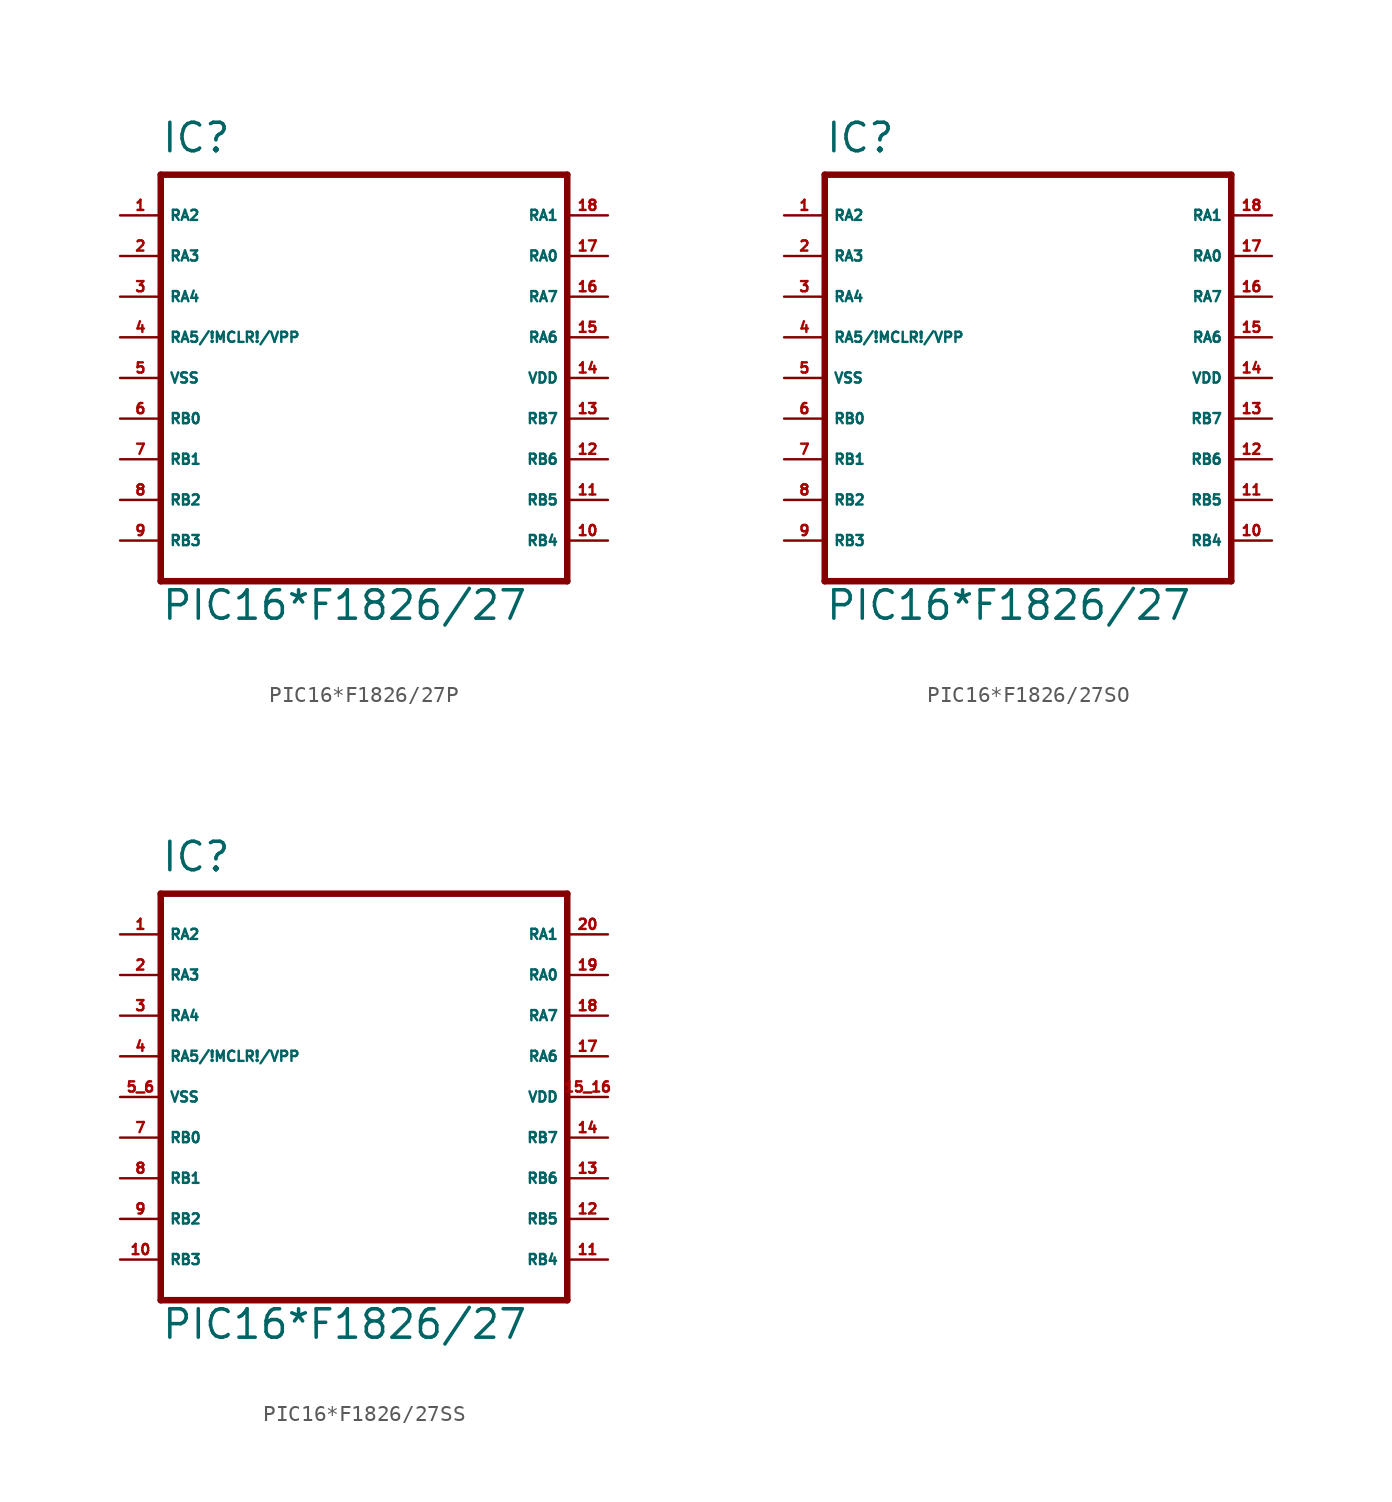
<source format=kicad_sym>
(kicad_symbol_lib
  (version 20220914)
  (generator Eagle2Kicad)
  (symbol "PIC16*F1826/27P"
    (property "Reference" "IC"
      (at -12.7 13.97 0)
      (effects (font (size 1.778 1.778) (thickness 0.22)) (justify left bottom)))
    (property "Value" "PIC16*F1826/27"
      (at -12.7 -15.24 0)
      (effects (font (size 1.778 1.778) (thickness 0.22)) (justify left bottom)))
    (polyline
      (pts (xy -12.7 12.7) (xy 12.7 12.7))
      (stroke (width 0.406) (type default))
      (fill (type none)))
    (polyline
      (pts (xy 12.7 12.7) (xy 12.7 -12.7))
      (stroke (width 0.406) (type default))
      (fill (type none)))
    (polyline
      (pts (xy 12.7 -12.7) (xy -12.7 -12.7))
      (stroke (width 0.406) (type default))
      (fill (type none)))
    (polyline
      (pts (xy -12.7 -12.7) (xy -12.7 12.7))
      (stroke (width 0.406) (type default))
      (fill (type none)))
    (pin bidirectional line
      (at 15.24 10.16 180)
      (length 2.54)
      (name "RA1" (effects (font (size 0.635 0.635) (thickness 0.08)) (justify left bottom)))
      (number "18" (effects (font (size 0.635 0.635) (thickness 0.08)) (justify left bottom))))
    (pin bidirectional line
      (at -15.24 10.16 0)
      (length 2.54)
      (name "RA2" (effects (font (size 0.635 0.635) (thickness 0.08)) (justify left bottom)))
      (number "1" (effects (font (size 0.635 0.635) (thickness 0.08)) (justify left bottom))))
    (pin bidirectional line
      (at -15.24 7.62 0)
      (length 2.54)
      (name "RA3" (effects (font (size 0.635 0.635) (thickness 0.08)) (justify left bottom)))
      (number "2" (effects (font (size 0.635 0.635) (thickness 0.08)) (justify left bottom))))
    (pin bidirectional line
      (at -15.24 5.08 0)
      (length 2.54)
      (name "RA4" (effects (font (size 0.635 0.635) (thickness 0.08)) (justify left bottom)))
      (number "3" (effects (font (size 0.635 0.635) (thickness 0.08)) (justify left bottom))))
    (pin bidirectional line
      (at -15.24 -2.54 0)
      (length 2.54)
      (name "RB0" (effects (font (size 0.635 0.635) (thickness 0.08)) (justify left bottom)))
      (number "6" (effects (font (size 0.635 0.635) (thickness 0.08)) (justify left bottom))))
    (pin bidirectional line
      (at -15.24 -5.08 0)
      (length 2.54)
      (name "RB1" (effects (font (size 0.635 0.635) (thickness 0.08)) (justify left bottom)))
      (number "7" (effects (font (size 0.635 0.635) (thickness 0.08)) (justify left bottom))))
    (pin bidirectional line
      (at -15.24 -7.62 0)
      (length 2.54)
      (name "RB2" (effects (font (size 0.635 0.635) (thickness 0.08)) (justify left bottom)))
      (number "8" (effects (font (size 0.635 0.635) (thickness 0.08)) (justify left bottom))))
    (pin bidirectional line
      (at -15.24 -10.16 0)
      (length 2.54)
      (name "RB3" (effects (font (size 0.635 0.635) (thickness 0.08)) (justify left bottom)))
      (number "9" (effects (font (size 0.635 0.635) (thickness 0.08)) (justify left bottom))))
    (pin bidirectional line
      (at 15.24 -10.16 180)
      (length 2.54)
      (name "RB4" (effects (font (size 0.635 0.635) (thickness 0.08)) (justify left bottom)))
      (number "10" (effects (font (size 0.635 0.635) (thickness 0.08)) (justify left bottom))))
    (pin bidirectional line
      (at 15.24 -7.62 180)
      (length 2.54)
      (name "RB5" (effects (font (size 0.635 0.635) (thickness 0.08)) (justify left bottom)))
      (number "11" (effects (font (size 0.635 0.635) (thickness 0.08)) (justify left bottom))))
    (pin bidirectional line
      (at 15.24 -5.08 180)
      (length 2.54)
      (name "RB6" (effects (font (size 0.635 0.635) (thickness 0.08)) (justify left bottom)))
      (number "12" (effects (font (size 0.635 0.635) (thickness 0.08)) (justify left bottom))))
    (pin bidirectional line
      (at 15.24 -2.54 180)
      (length 2.54)
      (name "RB7" (effects (font (size 0.635 0.635) (thickness 0.08)) (justify left bottom)))
      (number "13" (effects (font (size 0.635 0.635) (thickness 0.08)) (justify left bottom))))
    (pin bidirectional line
      (at 15.24 2.54 180)
      (length 2.54)
      (name "RA6" (effects (font (size 0.635 0.635) (thickness 0.08)) (justify left bottom)))
      (number "15" (effects (font (size 0.635 0.635) (thickness 0.08)) (justify left bottom))))
    (pin bidirectional line
      (at 15.24 5.08 180)
      (length 2.54)
      (name "RA7" (effects (font (size 0.635 0.635) (thickness 0.08)) (justify left bottom)))
      (number "16" (effects (font (size 0.635 0.635) (thickness 0.08)) (justify left bottom))))
    (pin bidirectional line
      (at 15.24 7.62 180)
      (length 2.54)
      (name "RA0" (effects (font (size 0.635 0.635) (thickness 0.08)) (justify left bottom)))
      (number "17" (effects (font (size 0.635 0.635) (thickness 0.08)) (justify left bottom))))
    (pin unspecified line
      (at 15.24 0 180)
      (length 2.54)
      (name "VDD" (effects (font (size 0.635 0.635) (thickness 0.08)) (justify left bottom)))
      (number "14" (effects (font (size 0.635 0.635) (thickness 0.08)) (justify left bottom))))
    (pin unspecified line
      (at -15.24 0 0)
      (length 2.54)
      (name "VSS" (effects (font (size 0.635 0.635) (thickness 0.08)) (justify left bottom)))
      (number "5" (effects (font (size 0.635 0.635) (thickness 0.08)) (justify left bottom))))
    (pin bidirectional line
      (at -15.24 2.54 0)
      (length 2.54)
      (name "RA5/!MCLR!/VPP" (effects (font (size 0.635 0.635) (thickness 0.08)) (justify left bottom)))
      (number "4" (effects (font (size 0.635 0.635) (thickness 0.08)) (justify left bottom)))))
  (symbol "PIC16*F1826/27SO"
    (property "Reference" "IC"
      (at -12.7 13.97 0)
      (effects (font (size 1.778 1.778) (thickness 0.22)) (justify left bottom)))
    (property "Value" "PIC16*F1826/27"
      (at -12.7 -15.24 0)
      (effects (font (size 1.778 1.778) (thickness 0.22)) (justify left bottom)))
    (polyline
      (pts (xy -12.7 12.7) (xy 12.7 12.7))
      (stroke (width 0.406) (type default))
      (fill (type none)))
    (polyline
      (pts (xy 12.7 12.7) (xy 12.7 -12.7))
      (stroke (width 0.406) (type default))
      (fill (type none)))
    (polyline
      (pts (xy 12.7 -12.7) (xy -12.7 -12.7))
      (stroke (width 0.406) (type default))
      (fill (type none)))
    (polyline
      (pts (xy -12.7 -12.7) (xy -12.7 12.7))
      (stroke (width 0.406) (type default))
      (fill (type none)))
    (pin bidirectional line
      (at 15.24 10.16 180)
      (length 2.54)
      (name "RA1" (effects (font (size 0.635 0.635) (thickness 0.08)) (justify left bottom)))
      (number "18" (effects (font (size 0.635 0.635) (thickness 0.08)) (justify left bottom))))
    (pin bidirectional line
      (at -15.24 10.16 0)
      (length 2.54)
      (name "RA2" (effects (font (size 0.635 0.635) (thickness 0.08)) (justify left bottom)))
      (number "1" (effects (font (size 0.635 0.635) (thickness 0.08)) (justify left bottom))))
    (pin bidirectional line
      (at -15.24 7.62 0)
      (length 2.54)
      (name "RA3" (effects (font (size 0.635 0.635) (thickness 0.08)) (justify left bottom)))
      (number "2" (effects (font (size 0.635 0.635) (thickness 0.08)) (justify left bottom))))
    (pin bidirectional line
      (at -15.24 5.08 0)
      (length 2.54)
      (name "RA4" (effects (font (size 0.635 0.635) (thickness 0.08)) (justify left bottom)))
      (number "3" (effects (font (size 0.635 0.635) (thickness 0.08)) (justify left bottom))))
    (pin bidirectional line
      (at -15.24 -2.54 0)
      (length 2.54)
      (name "RB0" (effects (font (size 0.635 0.635) (thickness 0.08)) (justify left bottom)))
      (number "6" (effects (font (size 0.635 0.635) (thickness 0.08)) (justify left bottom))))
    (pin bidirectional line
      (at -15.24 -5.08 0)
      (length 2.54)
      (name "RB1" (effects (font (size 0.635 0.635) (thickness 0.08)) (justify left bottom)))
      (number "7" (effects (font (size 0.635 0.635) (thickness 0.08)) (justify left bottom))))
    (pin bidirectional line
      (at -15.24 -7.62 0)
      (length 2.54)
      (name "RB2" (effects (font (size 0.635 0.635) (thickness 0.08)) (justify left bottom)))
      (number "8" (effects (font (size 0.635 0.635) (thickness 0.08)) (justify left bottom))))
    (pin bidirectional line
      (at -15.24 -10.16 0)
      (length 2.54)
      (name "RB3" (effects (font (size 0.635 0.635) (thickness 0.08)) (justify left bottom)))
      (number "9" (effects (font (size 0.635 0.635) (thickness 0.08)) (justify left bottom))))
    (pin bidirectional line
      (at 15.24 -10.16 180)
      (length 2.54)
      (name "RB4" (effects (font (size 0.635 0.635) (thickness 0.08)) (justify left bottom)))
      (number "10" (effects (font (size 0.635 0.635) (thickness 0.08)) (justify left bottom))))
    (pin bidirectional line
      (at 15.24 -7.62 180)
      (length 2.54)
      (name "RB5" (effects (font (size 0.635 0.635) (thickness 0.08)) (justify left bottom)))
      (number "11" (effects (font (size 0.635 0.635) (thickness 0.08)) (justify left bottom))))
    (pin bidirectional line
      (at 15.24 -5.08 180)
      (length 2.54)
      (name "RB6" (effects (font (size 0.635 0.635) (thickness 0.08)) (justify left bottom)))
      (number "12" (effects (font (size 0.635 0.635) (thickness 0.08)) (justify left bottom))))
    (pin bidirectional line
      (at 15.24 -2.54 180)
      (length 2.54)
      (name "RB7" (effects (font (size 0.635 0.635) (thickness 0.08)) (justify left bottom)))
      (number "13" (effects (font (size 0.635 0.635) (thickness 0.08)) (justify left bottom))))
    (pin bidirectional line
      (at 15.24 2.54 180)
      (length 2.54)
      (name "RA6" (effects (font (size 0.635 0.635) (thickness 0.08)) (justify left bottom)))
      (number "15" (effects (font (size 0.635 0.635) (thickness 0.08)) (justify left bottom))))
    (pin bidirectional line
      (at 15.24 5.08 180)
      (length 2.54)
      (name "RA7" (effects (font (size 0.635 0.635) (thickness 0.08)) (justify left bottom)))
      (number "16" (effects (font (size 0.635 0.635) (thickness 0.08)) (justify left bottom))))
    (pin bidirectional line
      (at 15.24 7.62 180)
      (length 2.54)
      (name "RA0" (effects (font (size 0.635 0.635) (thickness 0.08)) (justify left bottom)))
      (number "17" (effects (font (size 0.635 0.635) (thickness 0.08)) (justify left bottom))))
    (pin unspecified line
      (at 15.24 0 180)
      (length 2.54)
      (name "VDD" (effects (font (size 0.635 0.635) (thickness 0.08)) (justify left bottom)))
      (number "14" (effects (font (size 0.635 0.635) (thickness 0.08)) (justify left bottom))))
    (pin unspecified line
      (at -15.24 0 0)
      (length 2.54)
      (name "VSS" (effects (font (size 0.635 0.635) (thickness 0.08)) (justify left bottom)))
      (number "5" (effects (font (size 0.635 0.635) (thickness 0.08)) (justify left bottom))))
    (pin bidirectional line
      (at -15.24 2.54 0)
      (length 2.54)
      (name "RA5/!MCLR!/VPP" (effects (font (size 0.635 0.635) (thickness 0.08)) (justify left bottom)))
      (number "4" (effects (font (size 0.635 0.635) (thickness 0.08)) (justify left bottom)))))
  (symbol "PIC16*F1826/27SS"
    (property "Reference" "IC"
      (at -12.7 13.97 0)
      (effects (font (size 1.778 1.778) (thickness 0.22)) (justify left bottom)))
    (property "Value" "PIC16*F1826/27"
      (at -12.7 -15.24 0)
      (effects (font (size 1.778 1.778) (thickness 0.22)) (justify left bottom)))
    (polyline
      (pts (xy -12.7 12.7) (xy 12.7 12.7))
      (stroke (width 0.406) (type default))
      (fill (type none)))
    (polyline
      (pts (xy 12.7 12.7) (xy 12.7 -12.7))
      (stroke (width 0.406) (type default))
      (fill (type none)))
    (polyline
      (pts (xy 12.7 -12.7) (xy -12.7 -12.7))
      (stroke (width 0.406) (type default))
      (fill (type none)))
    (polyline
      (pts (xy -12.7 -12.7) (xy -12.7 12.7))
      (stroke (width 0.406) (type default))
      (fill (type none)))
    (pin bidirectional line
      (at 15.24 10.16 180)
      (length 2.54)
      (name "RA1" (effects (font (size 0.635 0.635) (thickness 0.08)) (justify left bottom)))
      (number "20" (effects (font (size 0.635 0.635) (thickness 0.08)) (justify left bottom))))
    (pin bidirectional line
      (at -15.24 10.16 0)
      (length 2.54)
      (name "RA2" (effects (font (size 0.635 0.635) (thickness 0.08)) (justify left bottom)))
      (number "1" (effects (font (size 0.635 0.635) (thickness 0.08)) (justify left bottom))))
    (pin bidirectional line
      (at -15.24 7.62 0)
      (length 2.54)
      (name "RA3" (effects (font (size 0.635 0.635) (thickness 0.08)) (justify left bottom)))
      (number "2" (effects (font (size 0.635 0.635) (thickness 0.08)) (justify left bottom))))
    (pin bidirectional line
      (at -15.24 5.08 0)
      (length 2.54)
      (name "RA4" (effects (font (size 0.635 0.635) (thickness 0.08)) (justify left bottom)))
      (number "3" (effects (font (size 0.635 0.635) (thickness 0.08)) (justify left bottom))))
    (pin bidirectional line
      (at -15.24 -2.54 0)
      (length 2.54)
      (name "RB0" (effects (font (size 0.635 0.635) (thickness 0.08)) (justify left bottom)))
      (number "7" (effects (font (size 0.635 0.635) (thickness 0.08)) (justify left bottom))))
    (pin bidirectional line
      (at -15.24 -5.08 0)
      (length 2.54)
      (name "RB1" (effects (font (size 0.635 0.635) (thickness 0.08)) (justify left bottom)))
      (number "8" (effects (font (size 0.635 0.635) (thickness 0.08)) (justify left bottom))))
    (pin bidirectional line
      (at -15.24 -7.62 0)
      (length 2.54)
      (name "RB2" (effects (font (size 0.635 0.635) (thickness 0.08)) (justify left bottom)))
      (number "9" (effects (font (size 0.635 0.635) (thickness 0.08)) (justify left bottom))))
    (pin bidirectional line
      (at -15.24 -10.16 0)
      (length 2.54)
      (name "RB3" (effects (font (size 0.635 0.635) (thickness 0.08)) (justify left bottom)))
      (number "10" (effects (font (size 0.635 0.635) (thickness 0.08)) (justify left bottom))))
    (pin bidirectional line
      (at 15.24 -10.16 180)
      (length 2.54)
      (name "RB4" (effects (font (size 0.635 0.635) (thickness 0.08)) (justify left bottom)))
      (number "11" (effects (font (size 0.635 0.635) (thickness 0.08)) (justify left bottom))))
    (pin bidirectional line
      (at 15.24 -7.62 180)
      (length 2.54)
      (name "RB5" (effects (font (size 0.635 0.635) (thickness 0.08)) (justify left bottom)))
      (number "12" (effects (font (size 0.635 0.635) (thickness 0.08)) (justify left bottom))))
    (pin bidirectional line
      (at 15.24 -5.08 180)
      (length 2.54)
      (name "RB6" (effects (font (size 0.635 0.635) (thickness 0.08)) (justify left bottom)))
      (number "13" (effects (font (size 0.635 0.635) (thickness 0.08)) (justify left bottom))))
    (pin bidirectional line
      (at 15.24 -2.54 180)
      (length 2.54)
      (name "RB7" (effects (font (size 0.635 0.635) (thickness 0.08)) (justify left bottom)))
      (number "14" (effects (font (size 0.635 0.635) (thickness 0.08)) (justify left bottom))))
    (pin bidirectional line
      (at 15.24 2.54 180)
      (length 2.54)
      (name "RA6" (effects (font (size 0.635 0.635) (thickness 0.08)) (justify left bottom)))
      (number "17" (effects (font (size 0.635 0.635) (thickness 0.08)) (justify left bottom))))
    (pin bidirectional line
      (at 15.24 5.08 180)
      (length 2.54)
      (name "RA7" (effects (font (size 0.635 0.635) (thickness 0.08)) (justify left bottom)))
      (number "18" (effects (font (size 0.635 0.635) (thickness 0.08)) (justify left bottom))))
    (pin bidirectional line
      (at 15.24 7.62 180)
      (length 2.54)
      (name "RA0" (effects (font (size 0.635 0.635) (thickness 0.08)) (justify left bottom)))
      (number "19" (effects (font (size 0.635 0.635) (thickness 0.08)) (justify left bottom))))
    (pin unspecified line
      (at 15.24 0 180)
      (length 2.54)
      (name "VDD" (effects (font (size 0.635 0.635) (thickness 0.08)) (justify left bottom)))
      (number "15 16" (effects (font (size 0.635 0.635) (thickness 0.08)) (justify left bottom))))
    (pin unspecified line
      (at -15.24 0 0)
      (length 2.54)
      (name "VSS" (effects (font (size 0.635 0.635) (thickness 0.08)) (justify left bottom)))
      (number "5 6" (effects (font (size 0.635 0.635) (thickness 0.08)) (justify left bottom))))
    (pin bidirectional line
      (at -15.24 2.54 0)
      (length 2.54)
      (name "RA5/!MCLR!/VPP" (effects (font (size 0.635 0.635) (thickness 0.08)) (justify left bottom)))
      (number "4" (effects (font (size 0.635 0.635) (thickness 0.08)) (justify left bottom))))))
</source>
